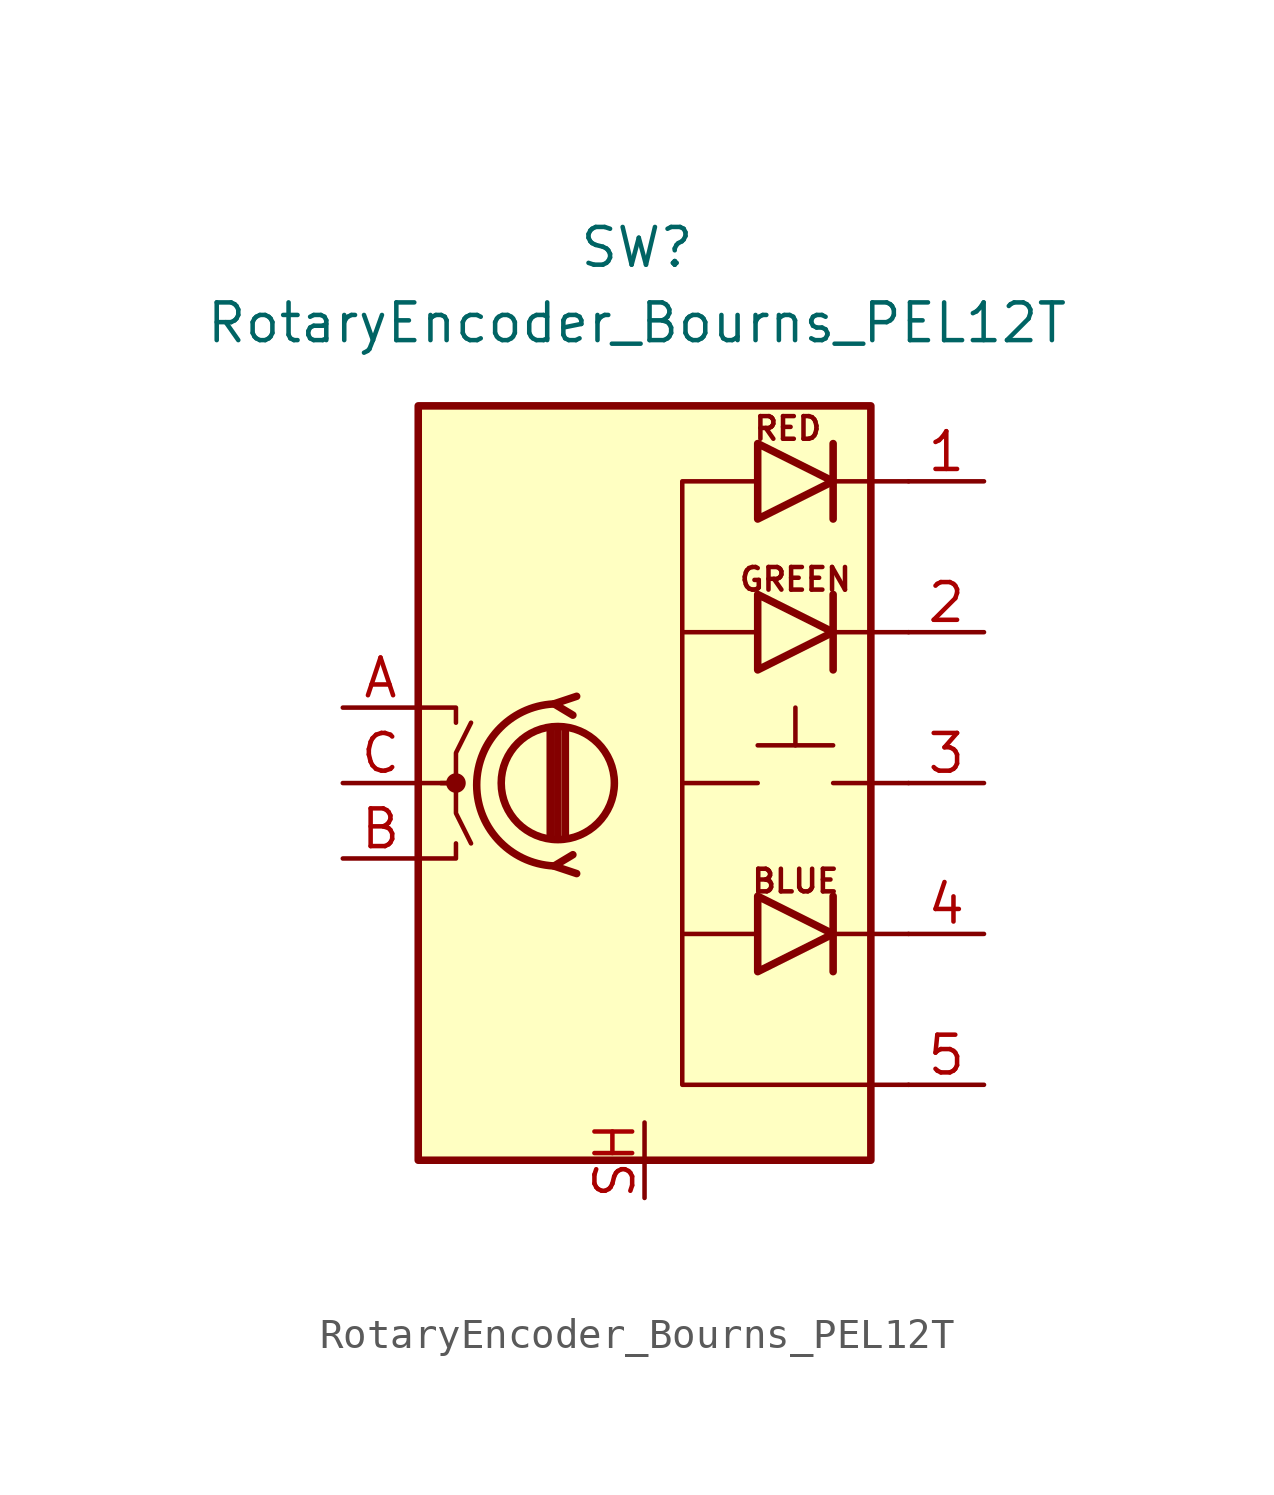
<source format=kicad_sym>
(kicad_symbol_lib
  (version 20231120)
  (generator "kicad_symbol_editor")
  (generator_version "8.0")
  (symbol "RotaryEncoder_Bourns_PEL12T"
    (pin_names
      (offset 0.254) hide)
    (property "Reference" "SW"
      (at -0.254 18.034 0)
      (effects (font (size 1.27 1.27))))
    (property "Value" "RotaryEncoder_Bourns_PEL12T"
      (at -0.254 15.494 0)
      (effects (font (size 1.27 1.27))))
    (symbol "RotaryEncoder_Bourns_PEL12T_0_1"
      (rectangle (start -7.62 12.7) (end 7.62 -12.7) (stroke (width 0.254) (type default)) (fill (type background)))
      (circle (center -6.35 0) (radius 0.254) (stroke (width 0) (type default)) (fill (type outline)))
      (circle (center -2.921 0) (radius 1.905) (stroke (width 0.254) (type default)) (fill (type none)))
      (arc (start -2.921 2.667) (mid -5.6388 -0.0635) (end -2.921 -2.794) (stroke (width 0.254) (type default)) (fill (type none)))
      (polyline (pts (xy -3.175 -1.778) (xy -3.175 1.778)) (stroke (width 0.254) (type default)) (fill (type none)))
      (polyline (pts (xy -2.921 -1.778) (xy -2.921 1.778)) (stroke (width 0.254) (type default)) (fill (type none)))
      (polyline (pts (xy -2.667 1.778) (xy -2.667 -1.778)) (stroke (width 0.254) (type default)) (fill (type none)))
      (polyline (pts (xy 3.81 -5.08) (xy 1.27 -5.08)) (stroke (width 0) (type default)) (fill (type none)))
      (polyline (pts (xy 3.81 0) (xy 1.27 0)) (stroke (width 0) (type default)) (fill (type none)))
      (polyline (pts (xy 3.81 5.08) (xy 1.27 5.08)) (stroke (width 0) (type default)) (fill (type none)))
      (polyline (pts (xy 6.35 -6.35) (xy 6.35 -3.81)) (stroke (width 0.254) (type default)) (fill (type none)))
      (polyline (pts (xy 6.35 3.81) (xy 6.35 6.35)) (stroke (width 0.254) (type default)) (fill (type none)))
      (polyline (pts (xy 6.35 8.89) (xy 6.35 11.43)) (stroke (width 0.254) (type default)) (fill (type none)))
      (polyline (pts (xy 6.35 10.16) (xy 8.89 10.16)) (stroke (width 0) (type default)) (fill (type none)))
      (polyline (pts (xy 8.89 -5.08) (xy 6.35 -5.08)) (stroke (width 0) (type default)) (fill (type none)))
      (polyline (pts (xy 8.89 0) (xy 6.35 0)) (stroke (width 0) (type default)) (fill (type none)))
      (polyline (pts (xy 8.89 5.08) (xy 6.35 5.08)) (stroke (width 0) (type default)) (fill (type none)))
      (polyline (pts (xy -7.62 -2.54) (xy -6.35 -2.54) (xy -6.35 -2.032)) (stroke (width 0) (type default)) (fill (type none)))
      (polyline (pts (xy -7.62 2.54) (xy -6.35 2.54) (xy -6.35 2.032)) (stroke (width 0) (type default)) (fill (type none)))
      (polyline (pts (xy -2.286 -3.048) (xy -3.048 -2.794) (xy -2.413 -2.413)) (stroke (width 0.254) (type default)) (fill (type none)))
      (polyline (pts (xy -2.286 2.921) (xy -3.048 2.667) (xy -2.413 2.286)) (stroke (width 0.254) (type default)) (fill (type none)))
      (polyline (pts (xy -7.62 0) (xy -6.35 0) (xy -6.35 -1.016) (xy -5.842 -2.032)) (stroke (width 0) (type default)) (fill (type none)))
      (polyline (pts (xy -6.858 0) (xy -6.35 0) (xy -6.35 1.016) (xy -5.842 2.032)) (stroke (width 0) (type default)) (fill (type none)))
      (polyline (pts (xy 3.81 -6.35) (xy 3.81 -3.81) (xy 6.35 -5.08) (xy 3.81 -6.35)) (stroke (width 0.254) (type default)) (fill (type none)))
      (polyline (pts (xy 3.81 3.81) (xy 3.81 6.35) (xy 6.35 5.08) (xy 3.81 3.81)) (stroke (width 0.254) (type default)) (fill (type none)))
      (polyline (pts (xy 3.81 8.89) (xy 3.81 11.43) (xy 6.35 10.16) (xy 3.81 8.89)) (stroke (width 0.254) (type default)) (fill (type none)))
      (polyline (pts (xy 3.81 10.16) (xy 1.27 10.16) (xy 1.27 -10.16) (xy 8.89 -10.16)) (stroke (width 0) (type default)) (fill (type none))))
    (symbol "RotaryEncoder_Bourns_PEL12T_1_1"
      (polyline (pts (xy 3.81 1.27) (xy 6.35 1.27)) (stroke (width 0) (type default)) (fill (type none)))
      (polyline (pts (xy 5.08 1.27) (xy 5.08 2.54)) (stroke (width 0) (type default)) (fill (type none)))
      (text "BLUE" (at 5.08 -3.302 0) (effects (font (size 0.762 0.762))))
      (text "GREEN" (at 5.08 6.858 0) (effects (font (size 0.762 0.762))))
      (text "RED" (at 4.826 11.938 0) (effects (font (size 0.762 0.762))))
      (pin passive line (at 11.43 10.16 180) (length 2.54) (name "1" (effects (font (size 1.27 1.27)))) (number "1" (effects (font (size 1.27 1.27)))))
      (pin passive line (at 11.43 5.08 180) (length 2.54) (name "2" (effects (font (size 1.27 1.27)))) (number "2" (effects (font (size 1.27 1.27)))))
      (pin passive line (at 11.43 0 180) (length 2.54) (name "3" (effects (font (size 1.27 1.27)))) (number "3" (effects (font (size 1.27 1.27)))))
      (pin passive line (at 11.43 -5.08 180) (length 2.54) (name "4" (effects (font (size 1.27 1.27)))) (number "4" (effects (font (size 1.27 1.27)))))
      (pin passive line (at 11.43 -10.16 180) (length 2.54) (name "5" (effects (font (size 1.27 1.27)))) (number "5" (effects (font (size 1.27 1.27)))))
      (pin passive line (at -10.16 2.54 0) (length 2.54) (name "A" (effects (font (size 1.27 1.27)))) (number "A" (effects (font (size 1.27 1.27)))))
      (pin passive line (at -10.16 -2.54 0) (length 2.54) (name "B" (effects (font (size 1.27 1.27)))) (number "B" (effects (font (size 1.27 1.27)))))
      (pin passive line (at -10.16 0 0) (length 2.54) (name "C" (effects (font (size 1.27 1.27)))) (number "C" (effects (font (size 1.27 1.27)))))
      (pin passive line (at 0 -13.97 90) (length 2.54) (name "SH" (effects (font (size 1.27 1.27)))) (number "SH" (effects (font (size 1.27 1.27))))))))
</source>
